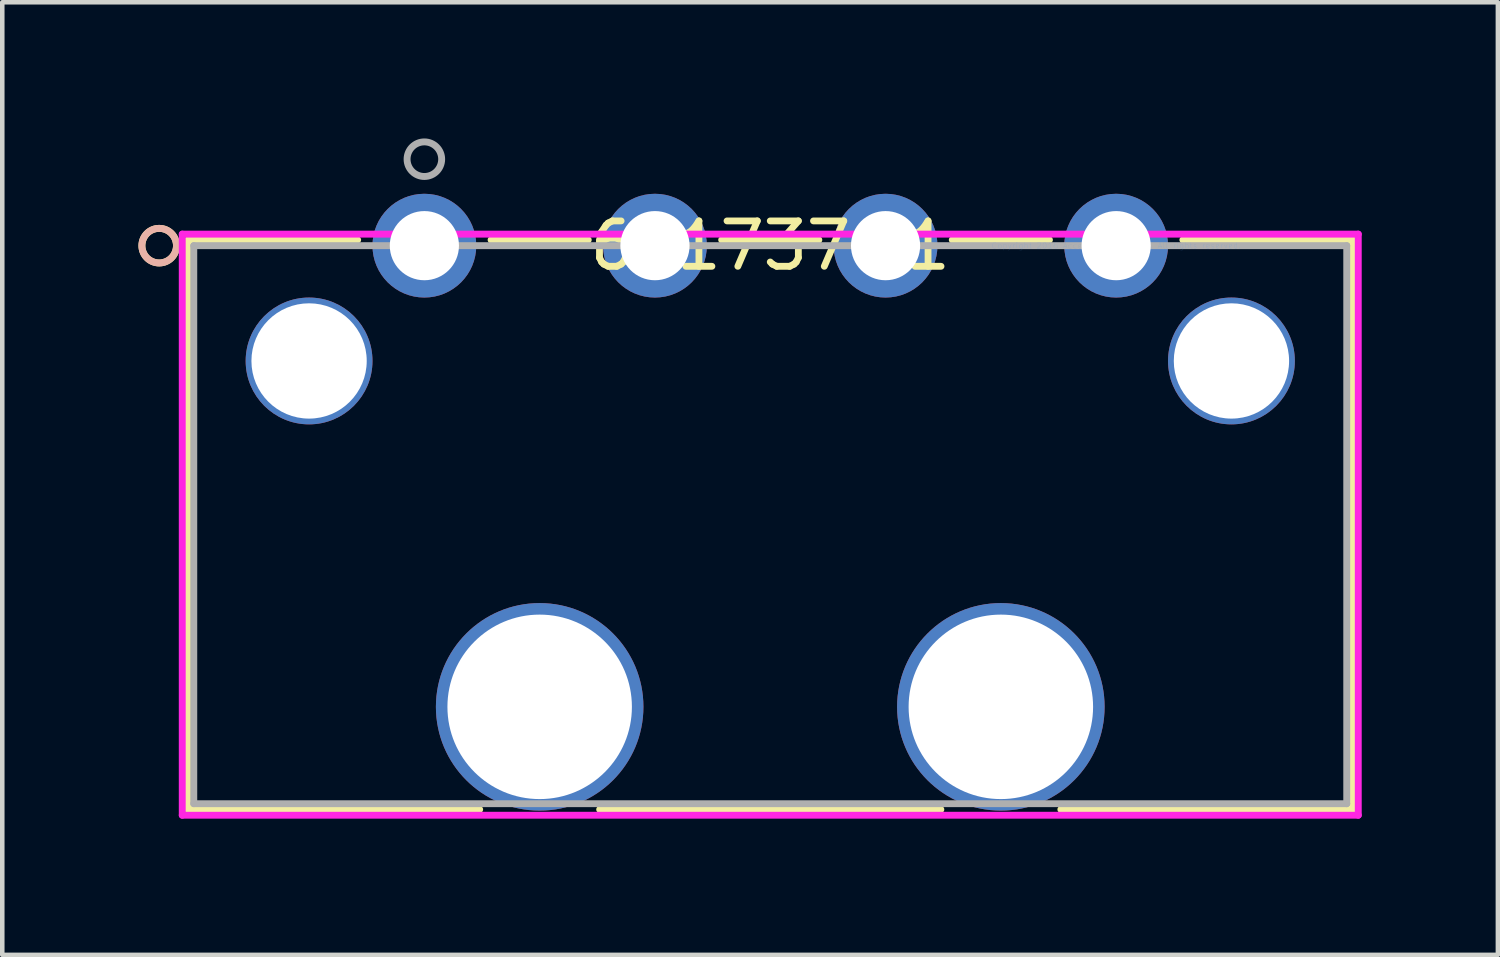
<source format=kicad_pcb>
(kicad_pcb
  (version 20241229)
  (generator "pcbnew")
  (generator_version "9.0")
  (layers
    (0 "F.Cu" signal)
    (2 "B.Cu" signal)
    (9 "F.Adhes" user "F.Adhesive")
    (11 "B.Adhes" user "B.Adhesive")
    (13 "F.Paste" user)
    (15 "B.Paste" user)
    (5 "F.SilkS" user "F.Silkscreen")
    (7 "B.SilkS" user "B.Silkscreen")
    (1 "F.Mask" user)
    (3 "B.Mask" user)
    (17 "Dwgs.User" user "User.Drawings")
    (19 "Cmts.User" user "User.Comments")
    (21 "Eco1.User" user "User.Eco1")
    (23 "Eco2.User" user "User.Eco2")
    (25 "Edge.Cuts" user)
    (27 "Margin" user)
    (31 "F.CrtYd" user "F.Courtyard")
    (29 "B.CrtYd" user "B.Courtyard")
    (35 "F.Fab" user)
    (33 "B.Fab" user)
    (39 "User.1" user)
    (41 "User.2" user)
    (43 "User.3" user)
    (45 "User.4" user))
  (footprint "641737-1"
    (layer "F.Cu")
    (at 21.539 2.362)
    (property "Reference" "641737-1" (at -7.62 0 0) (layer "F.SilkS") (effects (font (size 1 1) (thickness 0.15))))
    (attr through_hole)
    (fp_line (start -20.447 -0.127) (end -20.447 12.421) (stroke (width 0.152) (type solid)) (layer "F.SilkS"))
    (fp_line (start -20.447 12.421) (end -14.022 12.421) (stroke (width 0.152) (type solid)) (layer "F.SilkS"))
    (fp_line (start -16.71 -0.127) (end -20.447 -0.127) (stroke (width 0.152) (type solid)) (layer "F.SilkS"))
    (fp_line (start -11.63 -0.127) (end -13.77 -0.127) (stroke (width 0.152) (type solid)) (layer "F.SilkS"))
    (fp_line (start -11.378 12.421) (end -3.862 12.421) (stroke (width 0.152) (type solid)) (layer "F.SilkS"))
    (fp_line (start -6.55 -0.127) (end -8.69 -0.127) (stroke (width 0.152) (type solid)) (layer "F.SilkS"))
    (fp_line (start -1.47 -0.127) (end -3.61 -0.127) (stroke (width 0.152) (type solid)) (layer "F.SilkS"))
    (fp_line (start -1.218 12.421) (end 5.207 12.421) (stroke (width 0.152) (type solid)) (layer "F.SilkS"))
    (fp_line (start 5.207 -0.127) (end 1.47 -0.127) (stroke (width 0.152) (type solid)) (layer "F.SilkS"))
    (fp_line (start 5.207 12.421) (end 5.207 -0.127) (stroke (width 0.152) (type solid)) (layer "F.SilkS"))
    (fp_circle (center -21.082 0) (end -20.701 0) (stroke (width 0.152) (type solid)) (fill no) (layer "F.SilkS"))
    (fp_circle (center -21.082 0) (end -20.701 0) (stroke (width 0.152) (type solid)) (fill no) (layer "B.SilkS"))
    (fp_line (start -20.574 -0.254) (end -20.574 12.548) (stroke (width 0.152) (type solid)) (layer "F.CrtYd"))
    (fp_line (start -20.574 12.548) (end 5.334 12.548) (stroke (width 0.152) (type solid)) (layer "F.CrtYd"))
    (fp_line (start 5.334 -0.254) (end -20.574 -0.254) (stroke (width 0.152) (type solid)) (layer "F.CrtYd"))
    (fp_line (start 5.334 12.548) (end 5.334 -0.254) (stroke (width 0.152) (type solid)) (layer "F.CrtYd"))
    (fp_line (start -20.32 0) (end -20.32 12.294) (stroke (width 0.152) (type solid)) (layer "F.Fab"))
    (fp_line (start -20.32 12.294) (end 5.08 12.294) (stroke (width 0.152) (type solid)) (layer "F.Fab"))
    (fp_line (start 5.08 0) (end -20.32 0) (stroke (width 0.152) (type solid)) (layer "F.Fab"))
    (fp_line (start 5.08 12.294) (end 5.08 0) (stroke (width 0.152) (type solid)) (layer "F.Fab"))
    (fp_circle (center -15.24 -1.905) (end -14.859 -1.905) (stroke (width 0.152) (type solid)) (fill no) (layer "F.Fab"))
    (fp_text user "*" (at 0 0 0) (layer "F.SilkS") (effects (font (size 1 1) (thickness 0.15))))
    (fp_text user "Copyright 2016 Accelerated Designs. All rights reserved." (at 0 0 0) (layer "Cmts.User") (effects (font (size 0.127 0.127) (thickness 0.002))))
    (fp_text user "*" (at 0 0 0) (layer "F.Fab") (effects (font (size 1 1) (thickness 0.15))))
    (pad "1" thru_hole circle (at -15.24 0) (size 2.286 2.286) (drill 1.524) (layers "*.Cu" "*.Mask"))
    (pad "2" thru_hole circle (at -10.16 0) (size 2.286 2.286) (drill 1.524) (layers "*.Cu" "*.Mask"))
    (pad "3" thru_hole circle (at -5.08 0) (size 2.286 2.286) (drill 1.524) (layers "*.Cu" "*.Mask"))
    (pad "4" thru_hole circle (at 0 0) (size 2.286 2.286) (drill 1.524) (layers "*.Cu" "*.Mask"))
    (pad "5" thru_hole circle (at -17.78 2.54) (size 2.794 2.794) (drill 2.54) (layers "*.Cu" "*.Mask"))
    (pad "6" thru_hole circle (at 2.54 2.54) (size 2.794 2.794) (drill 2.54) (layers "*.Cu" "*.Mask"))
    (pad "7" thru_hole circle (at -12.7 10.16) (size 4.572 4.572) (drill 4.064) (layers "*.Cu" "*.Mask"))
    (pad "8" thru_hole circle (at -2.54 10.16) (size 4.572 4.572) (drill 4.064) (layers "*.Cu" "*.Mask")))
  (gr_rect
    (start -3 -3)
    (end 29.949 17.986)
    (stroke (width 0.1) (type default))
    (fill no)
    (layer "Edge.Cuts")))
</source>
